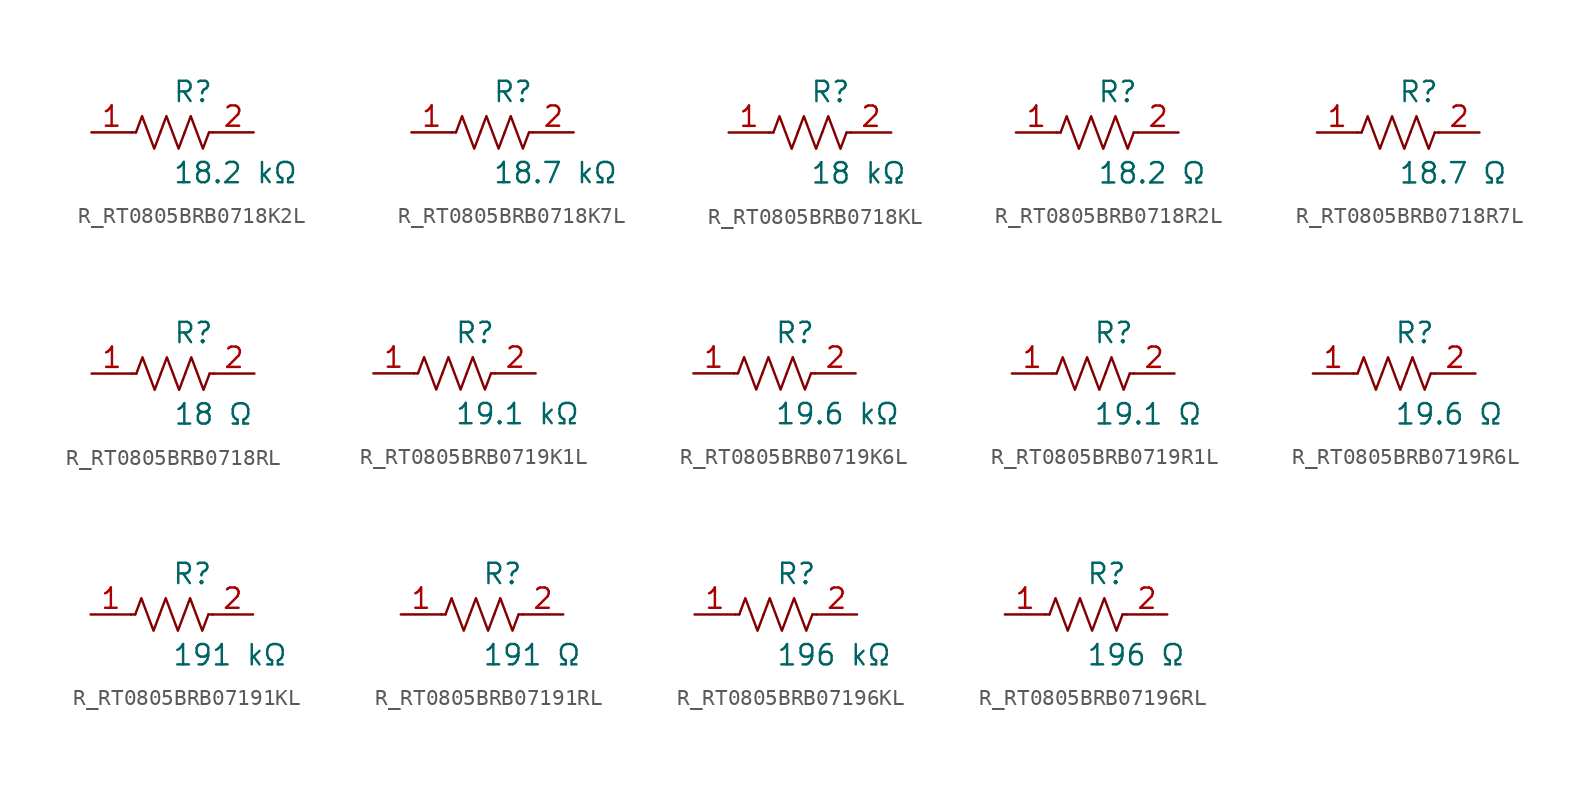
<source format=kicad_sym>
(kicad_symbol_lib
  (version 20231120)
  (generator kicad_symbol_editor)
  (generator_version 8.0)
  (symbol "R_RT0805BRB0718K2L"
    (pin_names
      (offset 0.254))
    (property "Reference" "R"
      (at 0 2.54 0)
      (effects (font (size 1.27 1.27)) (justify left)))
    (property "Value" "18.2 kΩ"
      (at 0 -2.54 0)
      (effects (font (size 1.27 1.27)) (justify left)))
    (symbol "R_RT0805BRB0718K2L_0_1"
      (polyline (pts (xy 2.286 0) (xy 2.54 0)) (stroke (width 0) (type default)) (fill (type none)))
      (polyline (pts (xy -2.286 0) (xy -2.54 0)) (stroke (width 0) (type default)) (fill (type none)))
      (polyline (pts (xy 0.762 0) (xy 1.143 1.016) (xy 1.524 0) (xy 1.905 -1.016) (xy 2.286 0)) (stroke (width 0) (type default)) (fill (type none)))
      (polyline (pts (xy -0.762 0) (xy -0.381 1.016) (xy 0 0) (xy 0.381 -1.016) (xy 0.762 0)) (stroke (width 0) (type default)) (fill (type none)))
      (polyline (pts (xy -2.286 0) (xy -1.905 1.016) (xy -1.524 0) (xy -1.143 -1.016) (xy -0.762 0)) (stroke (width 0) (type default)) (fill (type none))))
    (pin unspecified line
      (at -5.08 0 0)
      (length 2.54)
      (name "" (effects (font (size 1.27 1.27))))
      (number "1" (effects (font (size 1.27 1.27)))))
    (pin unspecified line
      (at 5.08 0 180)
      (length 2.54)
      (name "" (effects (font (size 1.27 1.27))))
      (number "2" (effects (font (size 1.27 1.27))))))
  (symbol "R_RT0805BRB0718K7L"
    (pin_names
      (offset 0.254))
    (property "Reference" "R"
      (at 0 2.54 0)
      (effects (font (size 1.27 1.27)) (justify left)))
    (property "Value" "18.7 kΩ"
      (at 0 -2.54 0)
      (effects (font (size 1.27 1.27)) (justify left)))
    (symbol "R_RT0805BRB0718K7L_0_1"
      (polyline (pts (xy 2.286 0) (xy 2.54 0)) (stroke (width 0) (type default)) (fill (type none)))
      (polyline (pts (xy -2.286 0) (xy -2.54 0)) (stroke (width 0) (type default)) (fill (type none)))
      (polyline (pts (xy 0.762 0) (xy 1.143 1.016) (xy 1.524 0) (xy 1.905 -1.016) (xy 2.286 0)) (stroke (width 0) (type default)) (fill (type none)))
      (polyline (pts (xy -0.762 0) (xy -0.381 1.016) (xy 0 0) (xy 0.381 -1.016) (xy 0.762 0)) (stroke (width 0) (type default)) (fill (type none)))
      (polyline (pts (xy -2.286 0) (xy -1.905 1.016) (xy -1.524 0) (xy -1.143 -1.016) (xy -0.762 0)) (stroke (width 0) (type default)) (fill (type none))))
    (pin unspecified line
      (at -5.08 0 0)
      (length 2.54)
      (name "" (effects (font (size 1.27 1.27))))
      (number "1" (effects (font (size 1.27 1.27)))))
    (pin unspecified line
      (at 5.08 0 180)
      (length 2.54)
      (name "" (effects (font (size 1.27 1.27))))
      (number "2" (effects (font (size 1.27 1.27))))))
  (symbol "R_RT0805BRB0718KL"
    (pin_names
      (offset 0.254))
    (property "Reference" "R"
      (at 0 2.54 0)
      (effects (font (size 1.27 1.27)) (justify left)))
    (property "Value" "18 kΩ"
      (at 0 -2.54 0)
      (effects (font (size 1.27 1.27)) (justify left)))
    (symbol "R_RT0805BRB0718KL_0_1"
      (polyline (pts (xy 2.286 0) (xy 2.54 0)) (stroke (width 0) (type default)) (fill (type none)))
      (polyline (pts (xy -2.286 0) (xy -2.54 0)) (stroke (width 0) (type default)) (fill (type none)))
      (polyline (pts (xy 0.762 0) (xy 1.143 1.016) (xy 1.524 0) (xy 1.905 -1.016) (xy 2.286 0)) (stroke (width 0) (type default)) (fill (type none)))
      (polyline (pts (xy -0.762 0) (xy -0.381 1.016) (xy 0 0) (xy 0.381 -1.016) (xy 0.762 0)) (stroke (width 0) (type default)) (fill (type none)))
      (polyline (pts (xy -2.286 0) (xy -1.905 1.016) (xy -1.524 0) (xy -1.143 -1.016) (xy -0.762 0)) (stroke (width 0) (type default)) (fill (type none))))
    (pin unspecified line
      (at -5.08 0 0)
      (length 2.54)
      (name "" (effects (font (size 1.27 1.27))))
      (number "1" (effects (font (size 1.27 1.27)))))
    (pin unspecified line
      (at 5.08 0 180)
      (length 2.54)
      (name "" (effects (font (size 1.27 1.27))))
      (number "2" (effects (font (size 1.27 1.27))))))
  (symbol "R_RT0805BRB0718R2L"
    (pin_names
      (offset 0.254))
    (property "Reference" "R"
      (at 0 2.54 0)
      (effects (font (size 1.27 1.27)) (justify left)))
    (property "Value" "18.2 Ω"
      (at 0 -2.54 0)
      (effects (font (size 1.27 1.27)) (justify left)))
    (symbol "R_RT0805BRB0718R2L_0_1"
      (polyline (pts (xy 2.286 0) (xy 2.54 0)) (stroke (width 0) (type default)) (fill (type none)))
      (polyline (pts (xy -2.286 0) (xy -2.54 0)) (stroke (width 0) (type default)) (fill (type none)))
      (polyline (pts (xy 0.762 0) (xy 1.143 1.016) (xy 1.524 0) (xy 1.905 -1.016) (xy 2.286 0)) (stroke (width 0) (type default)) (fill (type none)))
      (polyline (pts (xy -0.762 0) (xy -0.381 1.016) (xy 0 0) (xy 0.381 -1.016) (xy 0.762 0)) (stroke (width 0) (type default)) (fill (type none)))
      (polyline (pts (xy -2.286 0) (xy -1.905 1.016) (xy -1.524 0) (xy -1.143 -1.016) (xy -0.762 0)) (stroke (width 0) (type default)) (fill (type none))))
    (pin unspecified line
      (at -5.08 0 0)
      (length 2.54)
      (name "" (effects (font (size 1.27 1.27))))
      (number "1" (effects (font (size 1.27 1.27)))))
    (pin unspecified line
      (at 5.08 0 180)
      (length 2.54)
      (name "" (effects (font (size 1.27 1.27))))
      (number "2" (effects (font (size 1.27 1.27))))))
  (symbol "R_RT0805BRB0718R7L"
    (pin_names
      (offset 0.254))
    (property "Reference" "R"
      (at 0 2.54 0)
      (effects (font (size 1.27 1.27)) (justify left)))
    (property "Value" "18.7 Ω"
      (at 0 -2.54 0)
      (effects (font (size 1.27 1.27)) (justify left)))
    (symbol "R_RT0805BRB0718R7L_0_1"
      (polyline (pts (xy 2.286 0) (xy 2.54 0)) (stroke (width 0) (type default)) (fill (type none)))
      (polyline (pts (xy -2.286 0) (xy -2.54 0)) (stroke (width 0) (type default)) (fill (type none)))
      (polyline (pts (xy 0.762 0) (xy 1.143 1.016) (xy 1.524 0) (xy 1.905 -1.016) (xy 2.286 0)) (stroke (width 0) (type default)) (fill (type none)))
      (polyline (pts (xy -0.762 0) (xy -0.381 1.016) (xy 0 0) (xy 0.381 -1.016) (xy 0.762 0)) (stroke (width 0) (type default)) (fill (type none)))
      (polyline (pts (xy -2.286 0) (xy -1.905 1.016) (xy -1.524 0) (xy -1.143 -1.016) (xy -0.762 0)) (stroke (width 0) (type default)) (fill (type none))))
    (pin unspecified line
      (at -5.08 0 0)
      (length 2.54)
      (name "" (effects (font (size 1.27 1.27))))
      (number "1" (effects (font (size 1.27 1.27)))))
    (pin unspecified line
      (at 5.08 0 180)
      (length 2.54)
      (name "" (effects (font (size 1.27 1.27))))
      (number "2" (effects (font (size 1.27 1.27))))))
  (symbol "R_RT0805BRB0718RL"
    (pin_names
      (offset 0.254))
    (property "Reference" "R"
      (at 0 2.54 0)
      (effects (font (size 1.27 1.27)) (justify left)))
    (property "Value" "18 Ω"
      (at 0 -2.54 0)
      (effects (font (size 1.27 1.27)) (justify left)))
    (symbol "R_RT0805BRB0718RL_0_1"
      (polyline (pts (xy 2.286 0) (xy 2.54 0)) (stroke (width 0) (type default)) (fill (type none)))
      (polyline (pts (xy -2.286 0) (xy -2.54 0)) (stroke (width 0) (type default)) (fill (type none)))
      (polyline (pts (xy 0.762 0) (xy 1.143 1.016) (xy 1.524 0) (xy 1.905 -1.016) (xy 2.286 0)) (stroke (width 0) (type default)) (fill (type none)))
      (polyline (pts (xy -0.762 0) (xy -0.381 1.016) (xy 0 0) (xy 0.381 -1.016) (xy 0.762 0)) (stroke (width 0) (type default)) (fill (type none)))
      (polyline (pts (xy -2.286 0) (xy -1.905 1.016) (xy -1.524 0) (xy -1.143 -1.016) (xy -0.762 0)) (stroke (width 0) (type default)) (fill (type none))))
    (pin unspecified line
      (at -5.08 0 0)
      (length 2.54)
      (name "" (effects (font (size 1.27 1.27))))
      (number "1" (effects (font (size 1.27 1.27)))))
    (pin unspecified line
      (at 5.08 0 180)
      (length 2.54)
      (name "" (effects (font (size 1.27 1.27))))
      (number "2" (effects (font (size 1.27 1.27))))))
  (symbol "R_RT0805BRB0719K1L"
    (pin_names
      (offset 0.254))
    (property "Reference" "R"
      (at 0 2.54 0)
      (effects (font (size 1.27 1.27)) (justify left)))
    (property "Value" "19.1 kΩ"
      (at 0 -2.54 0)
      (effects (font (size 1.27 1.27)) (justify left)))
    (symbol "R_RT0805BRB0719K1L_0_1"
      (polyline (pts (xy 2.286 0) (xy 2.54 0)) (stroke (width 0) (type default)) (fill (type none)))
      (polyline (pts (xy -2.286 0) (xy -2.54 0)) (stroke (width 0) (type default)) (fill (type none)))
      (polyline (pts (xy 0.762 0) (xy 1.143 1.016) (xy 1.524 0) (xy 1.905 -1.016) (xy 2.286 0)) (stroke (width 0) (type default)) (fill (type none)))
      (polyline (pts (xy -0.762 0) (xy -0.381 1.016) (xy 0 0) (xy 0.381 -1.016) (xy 0.762 0)) (stroke (width 0) (type default)) (fill (type none)))
      (polyline (pts (xy -2.286 0) (xy -1.905 1.016) (xy -1.524 0) (xy -1.143 -1.016) (xy -0.762 0)) (stroke (width 0) (type default)) (fill (type none))))
    (pin unspecified line
      (at -5.08 0 0)
      (length 2.54)
      (name "" (effects (font (size 1.27 1.27))))
      (number "1" (effects (font (size 1.27 1.27)))))
    (pin unspecified line
      (at 5.08 0 180)
      (length 2.54)
      (name "" (effects (font (size 1.27 1.27))))
      (number "2" (effects (font (size 1.27 1.27))))))
  (symbol "R_RT0805BRB0719K6L"
    (pin_names
      (offset 0.254))
    (property "Reference" "R"
      (at 0 2.54 0)
      (effects (font (size 1.27 1.27)) (justify left)))
    (property "Value" "19.6 kΩ"
      (at 0 -2.54 0)
      (effects (font (size 1.27 1.27)) (justify left)))
    (symbol "R_RT0805BRB0719K6L_0_1"
      (polyline (pts (xy 2.286 0) (xy 2.54 0)) (stroke (width 0) (type default)) (fill (type none)))
      (polyline (pts (xy -2.286 0) (xy -2.54 0)) (stroke (width 0) (type default)) (fill (type none)))
      (polyline (pts (xy 0.762 0) (xy 1.143 1.016) (xy 1.524 0) (xy 1.905 -1.016) (xy 2.286 0)) (stroke (width 0) (type default)) (fill (type none)))
      (polyline (pts (xy -0.762 0) (xy -0.381 1.016) (xy 0 0) (xy 0.381 -1.016) (xy 0.762 0)) (stroke (width 0) (type default)) (fill (type none)))
      (polyline (pts (xy -2.286 0) (xy -1.905 1.016) (xy -1.524 0) (xy -1.143 -1.016) (xy -0.762 0)) (stroke (width 0) (type default)) (fill (type none))))
    (pin unspecified line
      (at -5.08 0 0)
      (length 2.54)
      (name "" (effects (font (size 1.27 1.27))))
      (number "1" (effects (font (size 1.27 1.27)))))
    (pin unspecified line
      (at 5.08 0 180)
      (length 2.54)
      (name "" (effects (font (size 1.27 1.27))))
      (number "2" (effects (font (size 1.27 1.27))))))
  (symbol "R_RT0805BRB0719R1L"
    (pin_names
      (offset 0.254))
    (property "Reference" "R"
      (at 0 2.54 0)
      (effects (font (size 1.27 1.27)) (justify left)))
    (property "Value" "19.1 Ω"
      (at 0 -2.54 0)
      (effects (font (size 1.27 1.27)) (justify left)))
    (symbol "R_RT0805BRB0719R1L_0_1"
      (polyline (pts (xy 2.286 0) (xy 2.54 0)) (stroke (width 0) (type default)) (fill (type none)))
      (polyline (pts (xy -2.286 0) (xy -2.54 0)) (stroke (width 0) (type default)) (fill (type none)))
      (polyline (pts (xy 0.762 0) (xy 1.143 1.016) (xy 1.524 0) (xy 1.905 -1.016) (xy 2.286 0)) (stroke (width 0) (type default)) (fill (type none)))
      (polyline (pts (xy -0.762 0) (xy -0.381 1.016) (xy 0 0) (xy 0.381 -1.016) (xy 0.762 0)) (stroke (width 0) (type default)) (fill (type none)))
      (polyline (pts (xy -2.286 0) (xy -1.905 1.016) (xy -1.524 0) (xy -1.143 -1.016) (xy -0.762 0)) (stroke (width 0) (type default)) (fill (type none))))
    (pin unspecified line
      (at -5.08 0 0)
      (length 2.54)
      (name "" (effects (font (size 1.27 1.27))))
      (number "1" (effects (font (size 1.27 1.27)))))
    (pin unspecified line
      (at 5.08 0 180)
      (length 2.54)
      (name "" (effects (font (size 1.27 1.27))))
      (number "2" (effects (font (size 1.27 1.27))))))
  (symbol "R_RT0805BRB0719R6L"
    (pin_names
      (offset 0.254))
    (property "Reference" "R"
      (at 0 2.54 0)
      (effects (font (size 1.27 1.27)) (justify left)))
    (property "Value" "19.6 Ω"
      (at 0 -2.54 0)
      (effects (font (size 1.27 1.27)) (justify left)))
    (symbol "R_RT0805BRB0719R6L_0_1"
      (polyline (pts (xy 2.286 0) (xy 2.54 0)) (stroke (width 0) (type default)) (fill (type none)))
      (polyline (pts (xy -2.286 0) (xy -2.54 0)) (stroke (width 0) (type default)) (fill (type none)))
      (polyline (pts (xy 0.762 0) (xy 1.143 1.016) (xy 1.524 0) (xy 1.905 -1.016) (xy 2.286 0)) (stroke (width 0) (type default)) (fill (type none)))
      (polyline (pts (xy -0.762 0) (xy -0.381 1.016) (xy 0 0) (xy 0.381 -1.016) (xy 0.762 0)) (stroke (width 0) (type default)) (fill (type none)))
      (polyline (pts (xy -2.286 0) (xy -1.905 1.016) (xy -1.524 0) (xy -1.143 -1.016) (xy -0.762 0)) (stroke (width 0) (type default)) (fill (type none))))
    (pin unspecified line
      (at -5.08 0 0)
      (length 2.54)
      (name "" (effects (font (size 1.27 1.27))))
      (number "1" (effects (font (size 1.27 1.27)))))
    (pin unspecified line
      (at 5.08 0 180)
      (length 2.54)
      (name "" (effects (font (size 1.27 1.27))))
      (number "2" (effects (font (size 1.27 1.27))))))
  (symbol "R_RT0805BRB07191KL"
    (pin_names
      (offset 0.254))
    (property "Reference" "R"
      (at 0 2.54 0)
      (effects (font (size 1.27 1.27)) (justify left)))
    (property "Value" "191 kΩ"
      (at 0 -2.54 0)
      (effects (font (size 1.27 1.27)) (justify left)))
    (symbol "R_RT0805BRB07191KL_0_1"
      (polyline (pts (xy 2.286 0) (xy 2.54 0)) (stroke (width 0) (type default)) (fill (type none)))
      (polyline (pts (xy -2.286 0) (xy -2.54 0)) (stroke (width 0) (type default)) (fill (type none)))
      (polyline (pts (xy 0.762 0) (xy 1.143 1.016) (xy 1.524 0) (xy 1.905 -1.016) (xy 2.286 0)) (stroke (width 0) (type default)) (fill (type none)))
      (polyline (pts (xy -0.762 0) (xy -0.381 1.016) (xy 0 0) (xy 0.381 -1.016) (xy 0.762 0)) (stroke (width 0) (type default)) (fill (type none)))
      (polyline (pts (xy -2.286 0) (xy -1.905 1.016) (xy -1.524 0) (xy -1.143 -1.016) (xy -0.762 0)) (stroke (width 0) (type default)) (fill (type none))))
    (pin unspecified line
      (at -5.08 0 0)
      (length 2.54)
      (name "" (effects (font (size 1.27 1.27))))
      (number "1" (effects (font (size 1.27 1.27)))))
    (pin unspecified line
      (at 5.08 0 180)
      (length 2.54)
      (name "" (effects (font (size 1.27 1.27))))
      (number "2" (effects (font (size 1.27 1.27))))))
  (symbol "R_RT0805BRB07191RL"
    (pin_names
      (offset 0.254))
    (property "Reference" "R"
      (at 0 2.54 0)
      (effects (font (size 1.27 1.27)) (justify left)))
    (property "Value" "191 Ω"
      (at 0 -2.54 0)
      (effects (font (size 1.27 1.27)) (justify left)))
    (symbol "R_RT0805BRB07191RL_0_1"
      (polyline (pts (xy 2.286 0) (xy 2.54 0)) (stroke (width 0) (type default)) (fill (type none)))
      (polyline (pts (xy -2.286 0) (xy -2.54 0)) (stroke (width 0) (type default)) (fill (type none)))
      (polyline (pts (xy 0.762 0) (xy 1.143 1.016) (xy 1.524 0) (xy 1.905 -1.016) (xy 2.286 0)) (stroke (width 0) (type default)) (fill (type none)))
      (polyline (pts (xy -0.762 0) (xy -0.381 1.016) (xy 0 0) (xy 0.381 -1.016) (xy 0.762 0)) (stroke (width 0) (type default)) (fill (type none)))
      (polyline (pts (xy -2.286 0) (xy -1.905 1.016) (xy -1.524 0) (xy -1.143 -1.016) (xy -0.762 0)) (stroke (width 0) (type default)) (fill (type none))))
    (pin unspecified line
      (at -5.08 0 0)
      (length 2.54)
      (name "" (effects (font (size 1.27 1.27))))
      (number "1" (effects (font (size 1.27 1.27)))))
    (pin unspecified line
      (at 5.08 0 180)
      (length 2.54)
      (name "" (effects (font (size 1.27 1.27))))
      (number "2" (effects (font (size 1.27 1.27))))))
  (symbol "R_RT0805BRB07196KL"
    (pin_names
      (offset 0.254))
    (property "Reference" "R"
      (at 0 2.54 0)
      (effects (font (size 1.27 1.27)) (justify left)))
    (property "Value" "196 kΩ"
      (at 0 -2.54 0)
      (effects (font (size 1.27 1.27)) (justify left)))
    (symbol "R_RT0805BRB07196KL_0_1"
      (polyline (pts (xy 2.286 0) (xy 2.54 0)) (stroke (width 0) (type default)) (fill (type none)))
      (polyline (pts (xy -2.286 0) (xy -2.54 0)) (stroke (width 0) (type default)) (fill (type none)))
      (polyline (pts (xy 0.762 0) (xy 1.143 1.016) (xy 1.524 0) (xy 1.905 -1.016) (xy 2.286 0)) (stroke (width 0) (type default)) (fill (type none)))
      (polyline (pts (xy -0.762 0) (xy -0.381 1.016) (xy 0 0) (xy 0.381 -1.016) (xy 0.762 0)) (stroke (width 0) (type default)) (fill (type none)))
      (polyline (pts (xy -2.286 0) (xy -1.905 1.016) (xy -1.524 0) (xy -1.143 -1.016) (xy -0.762 0)) (stroke (width 0) (type default)) (fill (type none))))
    (pin unspecified line
      (at -5.08 0 0)
      (length 2.54)
      (name "" (effects (font (size 1.27 1.27))))
      (number "1" (effects (font (size 1.27 1.27)))))
    (pin unspecified line
      (at 5.08 0 180)
      (length 2.54)
      (name "" (effects (font (size 1.27 1.27))))
      (number "2" (effects (font (size 1.27 1.27))))))
  (symbol "R_RT0805BRB07196RL"
    (pin_names
      (offset 0.254))
    (property "Reference" "R"
      (at 0 2.54 0)
      (effects (font (size 1.27 1.27)) (justify left)))
    (property "Value" "196 Ω"
      (at 0 -2.54 0)
      (effects (font (size 1.27 1.27)) (justify left)))
    (symbol "R_RT0805BRB07196RL_0_1"
      (polyline (pts (xy 2.286 0) (xy 2.54 0)) (stroke (width 0) (type default)) (fill (type none)))
      (polyline (pts (xy -2.286 0) (xy -2.54 0)) (stroke (width 0) (type default)) (fill (type none)))
      (polyline (pts (xy 0.762 0) (xy 1.143 1.016) (xy 1.524 0) (xy 1.905 -1.016) (xy 2.286 0)) (stroke (width 0) (type default)) (fill (type none)))
      (polyline (pts (xy -0.762 0) (xy -0.381 1.016) (xy 0 0) (xy 0.381 -1.016) (xy 0.762 0)) (stroke (width 0) (type default)) (fill (type none)))
      (polyline (pts (xy -2.286 0) (xy -1.905 1.016) (xy -1.524 0) (xy -1.143 -1.016) (xy -0.762 0)) (stroke (width 0) (type default)) (fill (type none))))
    (pin unspecified line
      (at -5.08 0 0)
      (length 2.54)
      (name "" (effects (font (size 1.27 1.27))))
      (number "1" (effects (font (size 1.27 1.27)))))
    (pin unspecified line
      (at 5.08 0 180)
      (length 2.54)
      (name "" (effects (font (size 1.27 1.27))))
      (number "2" (effects (font (size 1.27 1.27)))))))
</source>
